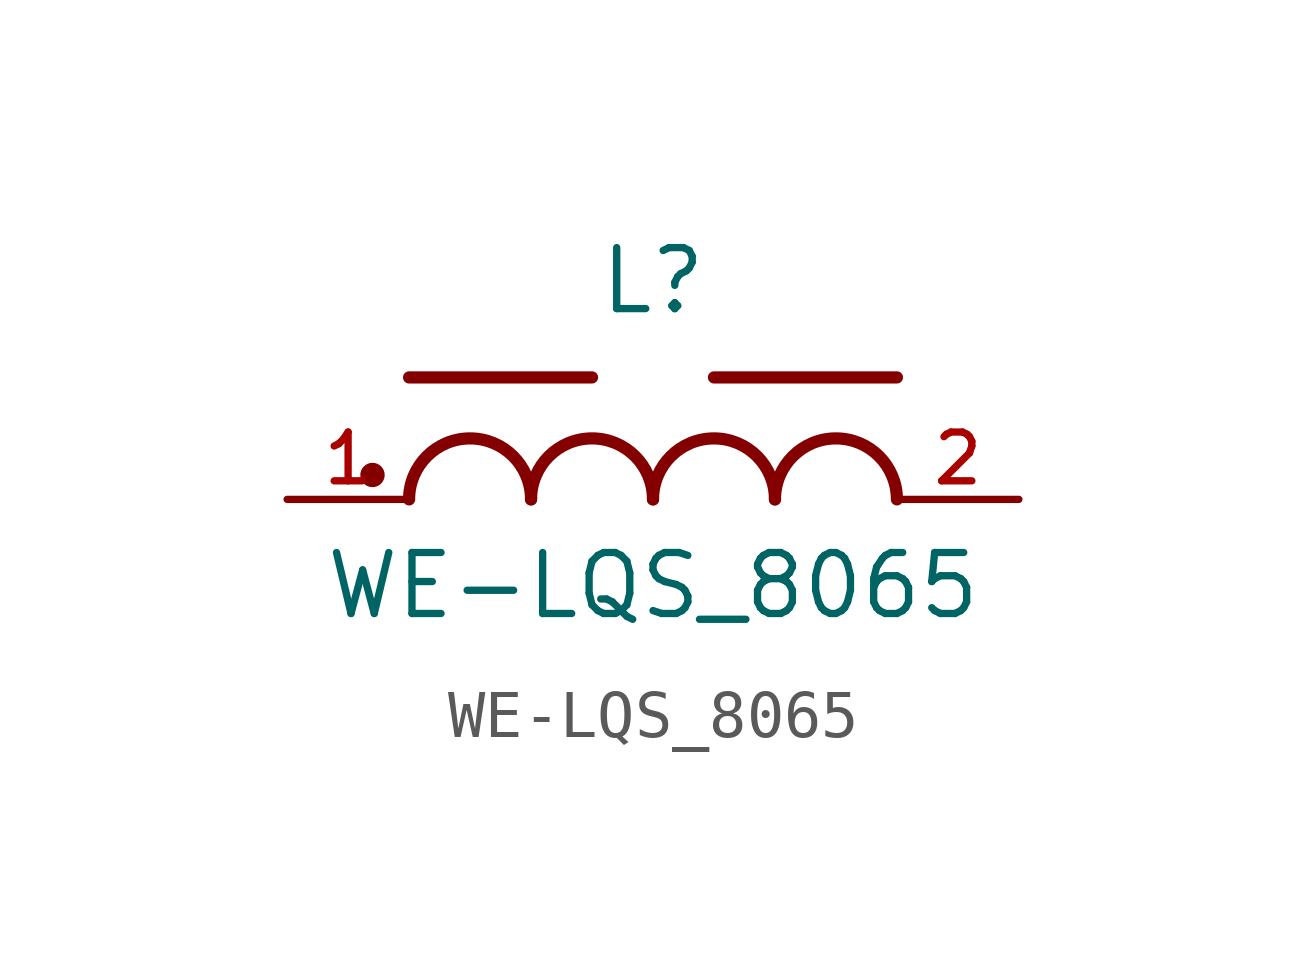
<source format=kicad_sym>
(kicad_symbol_lib
  (version 20241209)
  (generator "kicad_symbol_editor")
  (generator_version "9.0")
  (symbol "WE-LQS_8065"
    (pin_names
      (offset 1.016))
    (property "Reference" "L"
      (at 0 3.81 0)
      (effects (font (size 1.27 1.27)) (justify bottom)))
    (property "Value" "WE-LQS_8065"
      (at 0 -2.54 0)
      (effects (font (size 1.27 1.27)) (justify bottom)))
    (symbol "WE-LQS_8065_0_0"
      (circle (center -5.842 0.508) (radius 0.127) (stroke (width 0.254) (type default)) (fill (type none)))
      (polyline (pts (xy -5.08 2.54) (xy -1.27 2.54)) (stroke (width 0.254) (type default)) (fill (type none)))
      (arc (start -5.08 0) (mid -3.81 1.2645) (end -2.54 0) (stroke (width 0.254) (type default)) (fill (type none)))
      (arc (start -2.54 0) (mid -1.27 1.2645) (end 0 0) (stroke (width 0.254) (type default)) (fill (type none)))
      (polyline (pts (xy 1.27 2.54) (xy 5.08 2.54)) (stroke (width 0.254) (type default)) (fill (type none)))
      (arc (start 0 0) (mid 1.27 1.2645) (end 2.54 0) (stroke (width 0.254) (type default)) (fill (type none)))
      (arc (start 2.54 0) (mid 3.81 1.2645) (end 5.08 0) (stroke (width 0.254) (type default)) (fill (type none)))
      (pin passive line (at -7.62 0 0) (length 2.54) (name "~" (effects (font (size 1.016 1.016)))) (number "1" (effects (font (size 1.016 1.016)))))
      (pin passive line (at 7.62 0 180) (length 2.54) (name "~" (effects (font (size 1.016 1.016)))) (number "2" (effects (font (size 1.016 1.016))))))))
</source>
